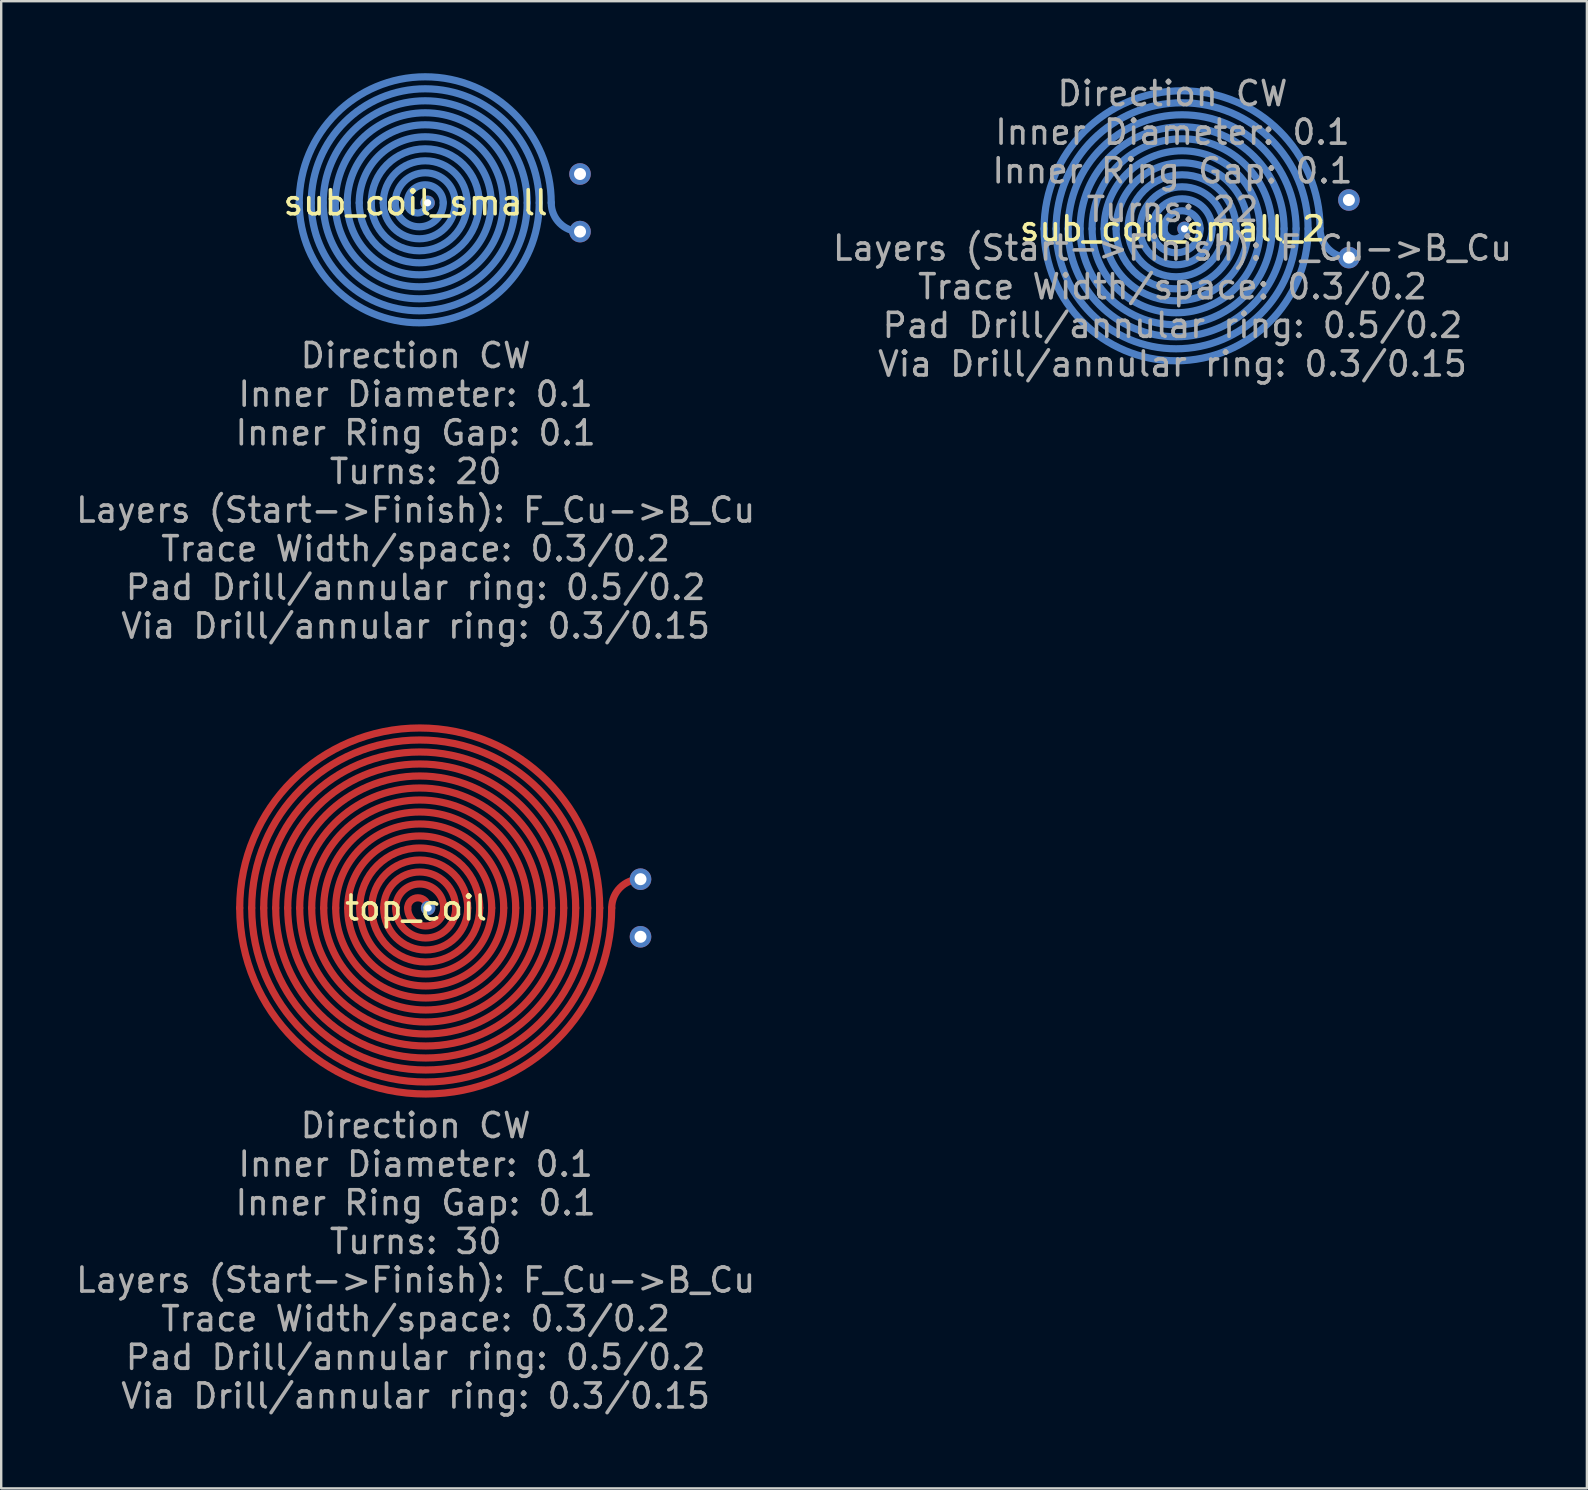
<source format=kicad_pcb>
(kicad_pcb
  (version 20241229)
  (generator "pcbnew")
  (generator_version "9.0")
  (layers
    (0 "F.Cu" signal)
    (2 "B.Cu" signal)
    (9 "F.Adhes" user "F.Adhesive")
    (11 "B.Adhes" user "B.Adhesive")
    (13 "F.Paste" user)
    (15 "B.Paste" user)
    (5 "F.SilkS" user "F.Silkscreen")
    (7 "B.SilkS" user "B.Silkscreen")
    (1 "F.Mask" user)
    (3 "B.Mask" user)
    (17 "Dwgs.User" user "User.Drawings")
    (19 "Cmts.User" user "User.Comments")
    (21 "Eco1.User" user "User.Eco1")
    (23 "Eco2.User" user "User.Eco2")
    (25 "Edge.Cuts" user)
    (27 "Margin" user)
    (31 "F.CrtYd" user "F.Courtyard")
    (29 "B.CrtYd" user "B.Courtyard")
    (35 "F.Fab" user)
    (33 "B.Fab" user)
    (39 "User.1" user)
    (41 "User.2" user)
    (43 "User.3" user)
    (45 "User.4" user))
  (footprint "sub_coil_small"
    (layer "F.Cu")
    (at 14.268 5.4)
    (property "Reference" "sub_coil_small" (at 0 0 0) (layer "F.SilkS") (effects (font (size 1 1) (thickness 0.15))))
    (fp_arc (start -4.85 0) (mid 0.4 -5.25) (end 5.65 0) (stroke (width 0.3) (type default)) (layer "B.Cu"))
    (fp_arc (start -4.35 0) (mid 0.4 -4.75) (end 5.15 0) (stroke (width 0.3) (type default)) (layer "B.Cu"))
    (fp_arc (start -3.85 0) (mid 0.4 -4.25) (end 4.65 0) (stroke (width 0.3) (type default)) (layer "B.Cu"))
    (fp_arc (start -3.35 0) (mid 0.4 -3.75) (end 4.15 0) (stroke (width 0.3) (type default)) (layer "B.Cu"))
    (fp_arc (start -2.85 0) (mid 0.4 -3.25) (end 3.65 0) (stroke (width 0.3) (type default)) (layer "B.Cu"))
    (fp_arc (start -2.35 0) (mid 0.4 -2.75) (end 3.15 0) (stroke (width 0.3) (type default)) (layer "B.Cu"))
    (fp_arc (start -1.85 0) (mid 0.4 -2.25) (end 2.65 0) (stroke (width 0.3) (type default)) (layer "B.Cu"))
    (fp_arc (start -1.35 0) (mid 0.4 -1.75) (end 2.15 0) (stroke (width 0.3) (type default)) (layer "B.Cu"))
    (fp_arc (start -0.85 0) (mid 0.4 -1.25) (end 1.65 0) (stroke (width 0.3) (type default)) (layer "B.Cu"))
    (fp_arc (start -0.35 0) (mid 0.4 -0.75) (end 1.15 0) (stroke (width 0.3) (type default)) (layer "B.Cu"))
    (fp_arc (start 0.5 0) (mid 0.075 0.425) (end -0.35 0) (stroke (width 0.3) (type default)) (layer "B.Cu"))
    (fp_arc (start 1.15 0) (mid 0.15 1) (end -0.85 0) (stroke (width 0.3) (type default)) (layer "B.Cu"))
    (fp_arc (start 1.65 0) (mid 0.15 1.5) (end -1.35 0) (stroke (width 0.3) (type default)) (layer "B.Cu"))
    (fp_arc (start 2.15 0) (mid 0.15 2) (end -1.85 0) (stroke (width 0.3) (type default)) (layer "B.Cu"))
    (fp_arc (start 2.65 0) (mid 0.15 2.5) (end -2.35 0) (stroke (width 0.3) (type default)) (layer "B.Cu"))
    (fp_arc (start 3.15 0) (mid 0.15 3) (end -2.85 0) (stroke (width 0.3) (type default)) (layer "B.Cu"))
    (fp_arc (start 3.65 0) (mid 0.15 3.5) (end -3.35 0) (stroke (width 0.3) (type default)) (layer "B.Cu"))
    (fp_arc (start 4.15 0) (mid 0.15 4) (end -3.85 0) (stroke (width 0.3) (type default)) (layer "B.Cu"))
    (fp_arc (start 4.65 0) (mid 0.15 4.5) (end -4.35 0) (stroke (width 0.3) (type default)) (layer "B.Cu"))
    (fp_arc (start 5.15 0) (mid 0.15 5) (end -4.85 0) (stroke (width 0.3) (type default)) (layer "B.Cu"))
    (fp_arc (start 6.85 1.2) (mid 6.001472 0.848528) (end 5.65 0) (stroke (width 0.3) (type default)) (layer "B.Cu"))
    (fp_arc (start -4.85 0) (mid 0.15 -5) (end 5.15 0) (stroke (width 0.3) (type default)) (layer "In1.Cu"))
    (fp_arc (start -4.35 0) (mid 0.15 -4.5) (end 4.65 0) (stroke (width 0.3) (type default)) (layer "In1.Cu"))
    (fp_arc (start -3.85 0) (mid 0.15 -4) (end 4.15 0) (stroke (width 0.3) (type default)) (layer "In1.Cu"))
    (fp_arc (start -3.35 0) (mid 0.15 -3.5) (end 3.65 0) (stroke (width 0.3) (type default)) (layer "In1.Cu"))
    (fp_arc (start -2.85 0) (mid 0.15 -3) (end 3.15 0) (stroke (width 0.3) (type default)) (layer "In1.Cu"))
    (fp_arc (start -2.35 0) (mid 0.15 -2.5) (end 2.65 0) (stroke (width 0.3) (type default)) (layer "In1.Cu"))
    (fp_arc (start -1.85 0) (mid 0.15 -2) (end 2.15 0) (stroke (width 0.3) (type default)) (layer "In1.Cu"))
    (fp_arc (start -1.35 0) (mid 0.15 -1.5) (end 1.65 0) (stroke (width 0.3) (type default)) (layer "In1.Cu"))
    (fp_arc (start -0.85 0) (mid 0.15 -1) (end 1.15 0) (stroke (width 0.3) (type default)) (layer "In1.Cu"))
    (fp_arc (start -0.35 0) (mid 0.075 -0.425) (end 0.5 0) (stroke (width 0.3) (type default)) (layer "In1.Cu"))
    (fp_arc (start 1.15 0) (mid 0.4 0.75) (end -0.35 0) (stroke (width 0.3) (type default)) (layer "In1.Cu"))
    (fp_arc (start 1.65 0) (mid 0.4 1.25) (end -0.85 0) (stroke (width 0.3) (type default)) (layer "In1.Cu"))
    (fp_arc (start 2.15 0) (mid 0.4 1.75) (end -1.35 0) (stroke (width 0.3) (type default)) (layer "In1.Cu"))
    (fp_arc (start 2.65 0) (mid 0.4 2.25) (end -1.85 0) (stroke (width 0.3) (type default)) (layer "In1.Cu"))
    (fp_arc (start 3.15 0) (mid 0.4 2.75) (end -2.35 0) (stroke (width 0.3) (type default)) (layer "In1.Cu"))
    (fp_arc (start 3.65 0) (mid 0.4 3.25) (end -2.85 0) (stroke (width 0.3) (type default)) (layer "In1.Cu"))
    (fp_arc (start 4.15 0) (mid 0.4 3.75) (end -3.35 0) (stroke (width 0.3) (type default)) (layer "In1.Cu"))
    (fp_arc (start 4.65 0) (mid 0.4 4.25) (end -3.85 0) (stroke (width 0.3) (type default)) (layer "In1.Cu"))
    (fp_arc (start 5.15 0) (mid 0.4 4.75) (end -4.35 0) (stroke (width 0.3) (type default)) (layer "In1.Cu"))
    (fp_arc (start 5.65 0) (mid 0.4 5.25) (end -4.85 0) (stroke (width 0.3) (type default)) (layer "In1.Cu"))
    (fp_arc (start 5.65 0) (mid 6.001472 -0.848528) (end 6.85 -1.2) (stroke (width 0.3) (type default)) (layer "In1.Cu"))
    (fp_circle (center 0 0) (end 0 0.1) (stroke (width 0.15) (type default)) (fill no) (layer "User.1"))
    (fp_text user "Direction CW\nInner Diameter: 0.1\nInner Ring Gap: 0.1\nTurns: 20\nLayers (Start->Finish): F_Cu->B_Cu\nTrace Width/space: 0.3/0.2\nPad Drill/annular ring: 0.5/0.2\nVia Drill/annular ring: 0.3/0.15" (at 0 12 0) (layer "F.Fab") (effects (font (size 1 1) (thickness 0.15))))
    (pad "1" thru_hole circle (at 6.85 -1.2) (size 0.9 0.9) (drill 0.5) (layers "*.Cu"))
    (pad "2" thru_hole circle (at 6.85 1.2) (size 0.9 0.9) (drill 0.5) (layers "*.Cu"))
    (pad "3" thru_hole circle (at 0.5 0) (size 0.6 0.6) (drill 0.3) (layers "*.Cu")))
  (footprint "sub_coil_small_2"
    (layer "F.Cu")
    (at 45.804 6.483)
    (property "Reference" "sub_coil_small_2" (at 0 0 0) (layer "F.SilkS") (effects (font (size 1 1) (thickness 0.15))))
    (fp_arc (start -5.35 0) (mid 0.4 -5.75) (end 6.15 0) (stroke (width 0.3) (type default)) (layer "B.Cu"))
    (fp_arc (start -4.85 0) (mid 0.4 -5.25) (end 5.65 0) (stroke (width 0.3) (type default)) (layer "B.Cu"))
    (fp_arc (start -4.35 0) (mid 0.4 -4.75) (end 5.15 0) (stroke (width 0.3) (type default)) (layer "B.Cu"))
    (fp_arc (start -3.85 0) (mid 0.4 -4.25) (end 4.65 0) (stroke (width 0.3) (type default)) (layer "B.Cu"))
    (fp_arc (start -3.35 0) (mid 0.4 -3.75) (end 4.15 0) (stroke (width 0.3) (type default)) (layer "B.Cu"))
    (fp_arc (start -2.85 0) (mid 0.4 -3.25) (end 3.65 0) (stroke (width 0.3) (type default)) (layer "B.Cu"))
    (fp_arc (start -2.35 0) (mid 0.4 -2.75) (end 3.15 0) (stroke (width 0.3) (type default)) (layer "B.Cu"))
    (fp_arc (start -1.85 0) (mid 0.4 -2.25) (end 2.65 0) (stroke (width 0.3) (type default)) (layer "B.Cu"))
    (fp_arc (start -1.35 0) (mid 0.4 -1.75) (end 2.15 0) (stroke (width 0.3) (type default)) (layer "B.Cu"))
    (fp_arc (start -0.85 0) (mid 0.4 -1.25) (end 1.65 0) (stroke (width 0.3) (type default)) (layer "B.Cu"))
    (fp_arc (start -0.35 0) (mid 0.4 -0.75) (end 1.15 0) (stroke (width 0.3) (type default)) (layer "B.Cu"))
    (fp_arc (start 0.5 0) (mid 0.075 0.425) (end -0.35 0) (stroke (width 0.3) (type default)) (layer "B.Cu"))
    (fp_arc (start 1.15 0) (mid 0.15 1) (end -0.85 0) (stroke (width 0.3) (type default)) (layer "B.Cu"))
    (fp_arc (start 1.65 0) (mid 0.15 1.5) (end -1.35 0) (stroke (width 0.3) (type default)) (layer "B.Cu"))
    (fp_arc (start 2.15 0) (mid 0.15 2) (end -1.85 0) (stroke (width 0.3) (type default)) (layer "B.Cu"))
    (fp_arc (start 2.65 0) (mid 0.15 2.5) (end -2.35 0) (stroke (width 0.3) (type default)) (layer "B.Cu"))
    (fp_arc (start 3.15 0) (mid 0.15 3) (end -2.85 0) (stroke (width 0.3) (type default)) (layer "B.Cu"))
    (fp_arc (start 3.65 0) (mid 0.15 3.5) (end -3.35 0) (stroke (width 0.3) (type default)) (layer "B.Cu"))
    (fp_arc (start 4.15 0) (mid 0.15 4) (end -3.85 0) (stroke (width 0.3) (type default)) (layer "B.Cu"))
    (fp_arc (start 4.65 0) (mid 0.15 4.5) (end -4.35 0) (stroke (width 0.3) (type default)) (layer "B.Cu"))
    (fp_arc (start 5.15 0) (mid 0.15 5) (end -4.85 0) (stroke (width 0.3) (type default)) (layer "B.Cu"))
    (fp_arc (start 5.65 0) (mid 0.15 5.5) (end -5.35 0) (stroke (width 0.3) (type default)) (layer "B.Cu"))
    (fp_arc (start 7.35 1.2) (mid 6.501472 0.848528) (end 6.15 0) (stroke (width 0.3) (type default)) (layer "B.Cu"))
    (fp_arc (start -5.35 0) (mid 0.15 -5.5) (end 5.65 0) (stroke (width 0.3) (type default)) (layer "In1.Cu"))
    (fp_arc (start -4.85 0) (mid 0.15 -5) (end 5.15 0) (stroke (width 0.3) (type default)) (layer "In1.Cu"))
    (fp_arc (start -4.35 0) (mid 0.15 -4.5) (end 4.65 0) (stroke (width 0.3) (type default)) (layer "In1.Cu"))
    (fp_arc (start -3.85 0) (mid 0.15 -4) (end 4.15 0) (stroke (width 0.3) (type default)) (layer "In1.Cu"))
    (fp_arc (start -3.35 0) (mid 0.15 -3.5) (end 3.65 0) (stroke (width 0.3) (type default)) (layer "In1.Cu"))
    (fp_arc (start -2.85 0) (mid 0.15 -3) (end 3.15 0) (stroke (width 0.3) (type default)) (layer "In1.Cu"))
    (fp_arc (start -2.35 0) (mid 0.15 -2.5) (end 2.65 0) (stroke (width 0.3) (type default)) (layer "In1.Cu"))
    (fp_arc (start -1.85 0) (mid 0.15 -2) (end 2.15 0) (stroke (width 0.3) (type default)) (layer "In1.Cu"))
    (fp_arc (start -1.35 0) (mid 0.15 -1.5) (end 1.65 0) (stroke (width 0.3) (type default)) (layer "In1.Cu"))
    (fp_arc (start -0.85 0) (mid 0.15 -1) (end 1.15 0) (stroke (width 0.3) (type default)) (layer "In1.Cu"))
    (fp_arc (start -0.35 0) (mid 0.075 -0.425) (end 0.5 0) (stroke (width 0.3) (type default)) (layer "In1.Cu"))
    (fp_arc (start 1.15 0) (mid 0.4 0.75) (end -0.35 0) (stroke (width 0.3) (type default)) (layer "In1.Cu"))
    (fp_arc (start 1.65 0) (mid 0.4 1.25) (end -0.85 0) (stroke (width 0.3) (type default)) (layer "In1.Cu"))
    (fp_arc (start 2.15 0) (mid 0.4 1.75) (end -1.35 0) (stroke (width 0.3) (type default)) (layer "In1.Cu"))
    (fp_arc (start 2.65 0) (mid 0.4 2.25) (end -1.85 0) (stroke (width 0.3) (type default)) (layer "In1.Cu"))
    (fp_arc (start 3.15 0) (mid 0.4 2.75) (end -2.35 0) (stroke (width 0.3) (type default)) (layer "In1.Cu"))
    (fp_arc (start 3.65 0) (mid 0.4 3.25) (end -2.85 0) (stroke (width 0.3) (type default)) (layer "In1.Cu"))
    (fp_arc (start 4.15 0) (mid 0.4 3.75) (end -3.35 0) (stroke (width 0.3) (type default)) (layer "In1.Cu"))
    (fp_arc (start 4.65 0) (mid 0.4 4.25) (end -3.85 0) (stroke (width 0.3) (type default)) (layer "In1.Cu"))
    (fp_arc (start 5.15 0) (mid 0.4 4.75) (end -4.35 0) (stroke (width 0.3) (type default)) (layer "In1.Cu"))
    (fp_arc (start 5.65 0) (mid 0.4 5.25) (end -4.85 0) (stroke (width 0.3) (type default)) (layer "In1.Cu"))
    (fp_arc (start 6.15 0) (mid 0.4 5.75) (end -5.35 0) (stroke (width 0.3) (type default)) (layer "In1.Cu"))
    (fp_arc (start 6.15 0) (mid 6.501472 -0.848528) (end 7.35 -1.2) (stroke (width 0.3) (type default)) (layer "In1.Cu"))
    (fp_circle (center 0 0) (end 0 0.1) (stroke (width 0.15) (type default)) (fill no) (layer "User.1"))
    (fp_text user "Direction CW\nInner Diameter: 0.1\nInner Ring Gap: 0.1\nTurns: 22\nLayers (Start->Finish): F_Cu->B_Cu\nTrace Width/space: 0.3/0.2\nPad Drill/annular ring: 0.5/0.2\nVia Drill/annular ring: 0.3/0.15" (at 0 0 0) (layer "F.Fab") (effects (font (size 1 1) (thickness 0.15))))
    (pad "1" thru_hole circle (at 7.35 -1.2) (size 0.9 0.9) (drill 0.5) (layers "*.Cu"))
    (pad "2" thru_hole circle (at 7.35 1.2) (size 0.9 0.9) (drill 0.5) (layers "*.Cu"))
    (pad "3" thru_hole circle (at 0.5 0) (size 0.6 0.6) (drill 0.3) (layers "*.Cu")))
  (footprint "top_coil"
    (layer "F.Cu")
    (at 14.288 34.783)
    (property "Reference" "top_coil" (at 0 0 0) (layer "F.SilkS") (effects (font (size 1 1) (thickness 0.15))))
    (fp_arc (start -7.35 0) (mid 0.15 -7.5) (end 7.65 0) (stroke (width 0.3) (type default)) (layer "F.Cu"))
    (fp_arc (start -6.85 0) (mid 0.15 -7) (end 7.15 0) (stroke (width 0.3) (type default)) (layer "F.Cu"))
    (fp_arc (start -6.35 0) (mid 0.15 -6.5) (end 6.65 0) (stroke (width 0.3) (type default)) (layer "F.Cu"))
    (fp_arc (start -5.85 0) (mid 0.15 -6) (end 6.15 0) (stroke (width 0.3) (type default)) (layer "F.Cu"))
    (fp_arc (start -5.35 0) (mid 0.15 -5.5) (end 5.65 0) (stroke (width 0.3) (type default)) (layer "F.Cu"))
    (fp_arc (start -4.85 0) (mid 0.15 -5) (end 5.15 0) (stroke (width 0.3) (type default)) (layer "F.Cu"))
    (fp_arc (start -4.35 0) (mid 0.15 -4.5) (end 4.65 0) (stroke (width 0.3) (type default)) (layer "F.Cu"))
    (fp_arc (start -3.85 0) (mid 0.15 -4) (end 4.15 0) (stroke (width 0.3) (type default)) (layer "F.Cu"))
    (fp_arc (start -3.35 0) (mid 0.15 -3.5) (end 3.65 0) (stroke (width 0.3) (type default)) (layer "F.Cu"))
    (fp_arc (start -2.85 0) (mid 0.15 -3) (end 3.15 0) (stroke (width 0.3) (type default)) (layer "F.Cu"))
    (fp_arc (start -2.35 0) (mid 0.15 -2.5) (end 2.65 0) (stroke (width 0.3) (type default)) (layer "F.Cu"))
    (fp_arc (start -1.85 0) (mid 0.15 -2) (end 2.15 0) (stroke (width 0.3) (type default)) (layer "F.Cu"))
    (fp_arc (start -1.35 0) (mid 0.15 -1.5) (end 1.65 0) (stroke (width 0.3) (type default)) (layer "F.Cu"))
    (fp_arc (start -0.85 0) (mid 0.15 -1) (end 1.15 0) (stroke (width 0.3) (type default)) (layer "F.Cu"))
    (fp_arc (start -0.35 0) (mid 0.075 -0.425) (end 0.5 0) (stroke (width 0.3) (type default)) (layer "F.Cu"))
    (fp_arc (start 1.15 0) (mid 0.4 0.75) (end -0.35 0) (stroke (width 0.3) (type default)) (layer "F.Cu"))
    (fp_arc (start 1.65 0) (mid 0.4 1.25) (end -0.85 0) (stroke (width 0.3) (type default)) (layer "F.Cu"))
    (fp_arc (start 2.15 0) (mid 0.4 1.75) (end -1.35 0) (stroke (width 0.3) (type default)) (layer "F.Cu"))
    (fp_arc (start 2.65 0) (mid 0.4 2.25) (end -1.85 0) (stroke (width 0.3) (type default)) (layer "F.Cu"))
    (fp_arc (start 3.15 0) (mid 0.4 2.75) (end -2.35 0) (stroke (width 0.3) (type default)) (layer "F.Cu"))
    (fp_arc (start 3.65 0) (mid 0.4 3.25) (end -2.85 0) (stroke (width 0.3) (type default)) (layer "F.Cu"))
    (fp_arc (start 4.15 0) (mid 0.4 3.75) (end -3.35 0) (stroke (width 0.3) (type default)) (layer "F.Cu"))
    (fp_arc (start 4.65 0) (mid 0.4 4.25) (end -3.85 0) (stroke (width 0.3) (type default)) (layer "F.Cu"))
    (fp_arc (start 5.15 0) (mid 0.4 4.75) (end -4.35 0) (stroke (width 0.3) (type default)) (layer "F.Cu"))
    (fp_arc (start 5.65 0) (mid 0.4 5.25) (end -4.85 0) (stroke (width 0.3) (type default)) (layer "F.Cu"))
    (fp_arc (start 6.15 0) (mid 0.4 5.75) (end -5.35 0) (stroke (width 0.3) (type default)) (layer "F.Cu"))
    (fp_arc (start 6.65 0) (mid 0.4 6.25) (end -5.85 0) (stroke (width 0.3) (type default)) (layer "F.Cu"))
    (fp_arc (start 7.15 0) (mid 0.4 6.75) (end -6.35 0) (stroke (width 0.3) (type default)) (layer "F.Cu"))
    (fp_arc (start 7.65 0) (mid 0.4 7.25) (end -6.85 0) (stroke (width 0.3) (type default)) (layer "F.Cu"))
    (fp_arc (start 8.15 0) (mid 0.4 7.75) (end -7.35 0) (stroke (width 0.3) (type default)) (layer "F.Cu"))
    (fp_arc (start 8.15 0) (mid 8.501472 -0.848528) (end 9.35 -1.2) (stroke (width 0.3) (type default)) (layer "F.Cu"))
    (fp_arc (start -7.35 0) (mid 0.4 -7.75) (end 8.15 0) (stroke (width 0.3) (type default)) (layer "In2.Cu"))
    (fp_arc (start -6.85 0) (mid 0.4 -7.25) (end 7.65 0) (stroke (width 0.3) (type default)) (layer "In2.Cu"))
    (fp_arc (start -6.35 0) (mid 0.4 -6.75) (end 7.15 0) (stroke (width 0.3) (type default)) (layer "In2.Cu"))
    (fp_arc (start -5.85 0) (mid 0.4 -6.25) (end 6.65 0) (stroke (width 0.3) (type default)) (layer "In2.Cu"))
    (fp_arc (start -5.35 0) (mid 0.4 -5.75) (end 6.15 0) (stroke (width 0.3) (type default)) (layer "In2.Cu"))
    (fp_arc (start -4.85 0) (mid 0.4 -5.25) (end 5.65 0) (stroke (width 0.3) (type default)) (layer "In2.Cu"))
    (fp_arc (start -4.35 0) (mid 0.4 -4.75) (end 5.15 0) (stroke (width 0.3) (type default)) (layer "In2.Cu"))
    (fp_arc (start -3.85 0) (mid 0.4 -4.25) (end 4.65 0) (stroke (width 0.3) (type default)) (layer "In2.Cu"))
    (fp_arc (start -3.35 0) (mid 0.4 -3.75) (end 4.15 0) (stroke (width 0.3) (type default)) (layer "In2.Cu"))
    (fp_arc (start -2.85 0) (mid 0.4 -3.25) (end 3.65 0) (stroke (width 0.3) (type default)) (layer "In2.Cu"))
    (fp_arc (start -2.35 0) (mid 0.4 -2.75) (end 3.15 0) (stroke (width 0.3) (type default)) (layer "In2.Cu"))
    (fp_arc (start -1.85 0) (mid 0.4 -2.25) (end 2.65 0) (stroke (width 0.3) (type default)) (layer "In2.Cu"))
    (fp_arc (start -1.35 0) (mid 0.4 -1.75) (end 2.15 0) (stroke (width 0.3) (type default)) (layer "In2.Cu"))
    (fp_arc (start -0.85 0) (mid 0.4 -1.25) (end 1.65 0) (stroke (width 0.3) (type default)) (layer "In2.Cu"))
    (fp_arc (start -0.35 0) (mid 0.4 -0.75) (end 1.15 0) (stroke (width 0.3) (type default)) (layer "In2.Cu"))
    (fp_arc (start 0.5 0) (mid 0.075 0.425) (end -0.35 0) (stroke (width 0.3) (type default)) (layer "In2.Cu"))
    (fp_arc (start 1.15 0) (mid 0.15 1) (end -0.85 0) (stroke (width 0.3) (type default)) (layer "In2.Cu"))
    (fp_arc (start 1.65 0) (mid 0.15 1.5) (end -1.35 0) (stroke (width 0.3) (type default)) (layer "In2.Cu"))
    (fp_arc (start 2.15 0) (mid 0.15 2) (end -1.85 0) (stroke (width 0.3) (type default)) (layer "In2.Cu"))
    (fp_arc (start 2.65 0) (mid 0.15 2.5) (end -2.35 0) (stroke (width 0.3) (type default)) (layer "In2.Cu"))
    (fp_arc (start 3.15 0) (mid 0.15 3) (end -2.85 0) (stroke (width 0.3) (type default)) (layer "In2.Cu"))
    (fp_arc (start 3.65 0) (mid 0.15 3.5) (end -3.35 0) (stroke (width 0.3) (type default)) (layer "In2.Cu"))
    (fp_arc (start 4.15 0) (mid 0.15 4) (end -3.85 0) (stroke (width 0.3) (type default)) (layer "In2.Cu"))
    (fp_arc (start 4.65 0) (mid 0.15 4.5) (end -4.35 0) (stroke (width 0.3) (type default)) (layer "In2.Cu"))
    (fp_arc (start 5.15 0) (mid 0.15 5) (end -4.85 0) (stroke (width 0.3) (type default)) (layer "In2.Cu"))
    (fp_arc (start 5.65 0) (mid 0.15 5.5) (end -5.35 0) (stroke (width 0.3) (type default)) (layer "In2.Cu"))
    (fp_arc (start 6.15 0) (mid 0.15 6) (end -5.85 0) (stroke (width 0.3) (type default)) (layer "In2.Cu"))
    (fp_arc (start 6.65 0) (mid 0.15 6.5) (end -6.35 0) (stroke (width 0.3) (type default)) (layer "In2.Cu"))
    (fp_arc (start 7.15 0) (mid 0.15 7) (end -6.85 0) (stroke (width 0.3) (type default)) (layer "In2.Cu"))
    (fp_arc (start 7.65 0) (mid 0.15 7.5) (end -7.35 0) (stroke (width 0.3) (type default)) (layer "In2.Cu"))
    (fp_arc (start 9.35 1.2) (mid 8.501472 0.848528) (end 8.15 0) (stroke (width 0.3) (type default)) (layer "In2.Cu"))
    (fp_circle (center 0 0) (end 0 0.1) (stroke (width 0.15) (type default)) (fill no) (layer "User.1"))
    (fp_text user "Direction CW\nInner Diameter: 0.1\nInner Ring Gap: 0.1\nTurns: 30\nLayers (Start->Finish): F_Cu->B_Cu\nTrace Width/space: 0.3/0.2\nPad Drill/annular ring: 0.5/0.2\nVia Drill/annular ring: 0.3/0.15" (at -0.02 14.7 0) (layer "F.Fab") (effects (font (size 1 1) (thickness 0.15))))
    (pad "1" thru_hole circle (at 9.35 -1.2) (size 0.9 0.9) (drill 0.5) (layers "*.Cu"))
    (pad "2" thru_hole circle (at 9.35 1.2) (size 0.9 0.9) (drill 0.5) (layers "*.Cu"))
    (pad "3" thru_hole circle (at 0.5 0) (size 0.6 0.6) (drill 0.3) (layers "*.Cu")))
  (gr_rect
    (start -3 -3)
    (end 63.071 58.966)
    (stroke (width 0.1) (type default))
    (fill no)
    (layer "Edge.Cuts")))
</source>
